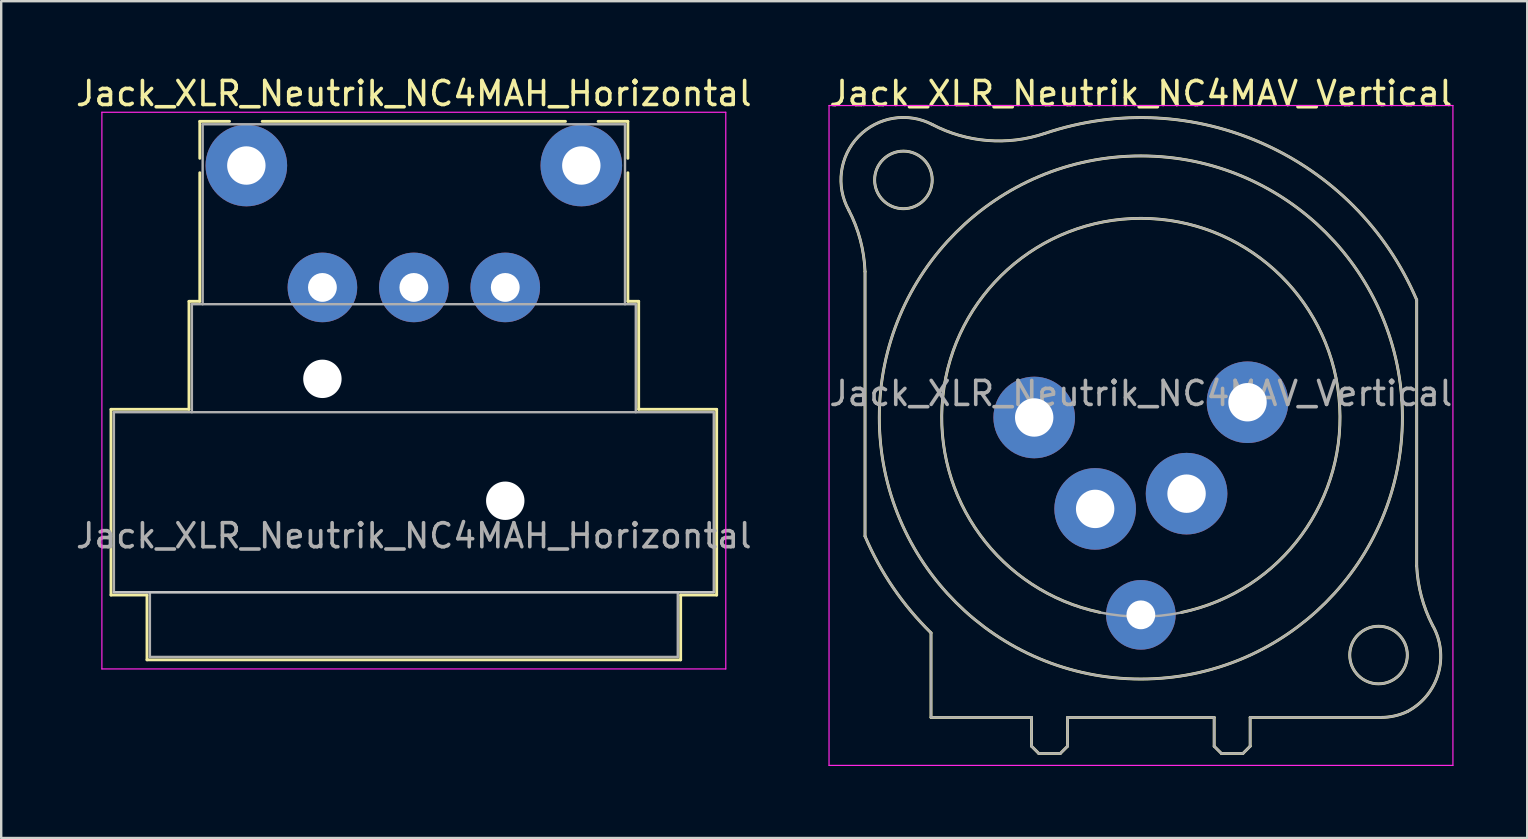
<source format=kicad_pcb>
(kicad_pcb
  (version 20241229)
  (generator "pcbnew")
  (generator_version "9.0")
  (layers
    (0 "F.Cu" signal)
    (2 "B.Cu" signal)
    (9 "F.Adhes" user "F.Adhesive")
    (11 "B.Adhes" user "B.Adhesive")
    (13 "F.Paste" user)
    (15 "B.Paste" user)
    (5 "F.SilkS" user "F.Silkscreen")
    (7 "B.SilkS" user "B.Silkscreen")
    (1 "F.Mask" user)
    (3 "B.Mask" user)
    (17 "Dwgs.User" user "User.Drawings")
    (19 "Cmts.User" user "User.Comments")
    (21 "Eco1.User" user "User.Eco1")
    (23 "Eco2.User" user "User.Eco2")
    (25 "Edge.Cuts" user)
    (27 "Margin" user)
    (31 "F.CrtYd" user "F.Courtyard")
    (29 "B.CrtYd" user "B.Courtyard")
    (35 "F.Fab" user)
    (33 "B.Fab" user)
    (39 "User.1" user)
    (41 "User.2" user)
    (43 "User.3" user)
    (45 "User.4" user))
  (footprint "Jack_XLR_Neutrik_NC4MAV_Vertical"
    (layer "F.Cu")
    (at 40.049 14.348)
    (property "Reference" "Jack_XLR_Neutrik_NC4MAV_Vertical" (at 4.445 -13.5 0) (layer "F.SilkS") (effects (font (size 1 1) (thickness 0.15))))
    (attr through_hole)
    (fp_line (start -7.05 -6.08) (end -7.05 4.95) (stroke (width 0.12) (type solid)) (layer "F.SilkS"))
    (fp_line (start -4.3 12.5) (end -4.3 8.98) (stroke (width 0.12) (type solid)) (layer "F.SilkS"))
    (fp_line (start -0.11 12.5) (end -4.3 12.5) (stroke (width 0.12) (type solid)) (layer "F.SilkS"))
    (fp_line (start -0.11 12.5) (end -0.11 13.7) (stroke (width 0.12) (type solid)) (layer "F.SilkS"))
    (fp_line (start -0.11 13.7) (end 0.19 14) (stroke (width 0.12) (type solid)) (layer "F.SilkS"))
    (fp_line (start 1.09 14) (end 0.19 14) (stroke (width 0.12) (type solid)) (layer "F.SilkS"))
    (fp_line (start 1.39 12.5) (end 1.39 13.7) (stroke (width 0.12) (type solid)) (layer "F.SilkS"))
    (fp_line (start 1.39 13.7) (end 1.09 14) (stroke (width 0.12) (type solid)) (layer "F.SilkS"))
    (fp_line (start 7.5 12.5) (end 1.39 12.5) (stroke (width 0.12) (type solid)) (layer "F.SilkS"))
    (fp_line (start 7.5 12.5) (end 7.5 13.7) (stroke (width 0.12) (type solid)) (layer "F.SilkS"))
    (fp_line (start 7.5 13.7) (end 7.8 14) (stroke (width 0.12) (type solid)) (layer "F.SilkS"))
    (fp_line (start 7.8 14) (end 8.7 14) (stroke (width 0.12) (type solid)) (layer "F.SilkS"))
    (fp_line (start 9 12.5) (end 9 13.7) (stroke (width 0.12) (type solid)) (layer "F.SilkS"))
    (fp_line (start 9 13.7) (end 8.7 14) (stroke (width 0.12) (type solid)) (layer "F.SilkS"))
    (fp_line (start 14.45 12.5) (end 9 12.5) (stroke (width 0.12) (type solid)) (layer "F.SilkS"))
    (fp_line (start 15.94 6.18) (end 15.94 -4.9) (stroke (width 0.12) (type solid)) (layer "F.SilkS"))
    (fp_arc (start -7.729201 -8.641635) (mid -7.2465 -7.39876) (end -7.05 -6.08) (stroke (width 0.12) (type solid)) (layer "F.SilkS"))
    (fp_arc (start -7.725637 -8.636048) (mid -7.316154 -11.714819) (end -4.25 -12.21) (stroke (width 0.12) (type solid)) (layer "F.SilkS"))
    (fp_arc (start -4.299846 8.975956) (mid -5.873184 7.098411) (end -7.05 4.95) (stroke (width 0.12) (type solid)) (layer "F.SilkS"))
    (fp_arc (start 0.433843 -11.835383) (mid -1.946442 -11.543029) (end -4.25 -12.21) (stroke (width 0.12) (type solid)) (layer "F.SilkS"))
    (fp_arc (start 0.441327 -11.837045) (mid 9.549963 -11.405454) (end 15.94 -4.9) (stroke (width 0.12) (type solid)) (layer "F.SilkS"))
    (fp_arc (start 2.735 8.12) (mid 4.451114 -8.2981) (end 6.143033 8.122511) (stroke (width 0.12) (type solid)) (layer "F.SilkS"))
    (fp_arc (start 15.558668 12.251777) (mid 15.018058 12.437185) (end 14.45 12.5) (stroke (width 0.12) (type solid)) (layer "F.SilkS"))
    (fp_arc (start 16.596979 8.653179) (mid 16.135244 7.451985) (end 15.94 6.18) (stroke (width 0.12) (type solid)) (layer "F.SilkS"))
    (fp_arc (start 16.598286 8.654414) (mid 16.841335 10.672303) (end 15.56 12.25) (stroke (width 0.12) (type solid)) (layer "F.SilkS"))
    (fp_circle (center -5.45 -9.9) (end -4.25 -9.9) (stroke (width 0.12) (type solid)) (fill no) (layer "F.SilkS"))
    (fp_circle (center 4.445 0) (end 15.345 0) (stroke (width 0.12) (type solid)) (fill no) (layer "F.SilkS"))
    (fp_circle (center 14.35 9.9) (end 15.55 9.9) (stroke (width 0.12) (type solid)) (fill no) (layer "F.SilkS"))
    (fp_line (start -8.55 -13) (end 17.45 -13) (stroke (width 0.05) (type solid)) (layer "F.CrtYd"))
    (fp_line (start -8.55 14.5) (end -8.55 -13) (stroke (width 0.05) (type solid)) (layer "F.CrtYd"))
    (fp_line (start 17.45 -13) (end 17.45 14.5) (stroke (width 0.05) (type solid)) (layer "F.CrtYd"))
    (fp_line (start 17.45 14.5) (end -8.55 14.5) (stroke (width 0.05) (type solid)) (layer "F.CrtYd"))
    (fp_line (start -7.05 -6.08) (end -7.05 4.95) (stroke (width 0.1) (type solid)) (layer "F.Fab"))
    (fp_line (start -4.3 12.5) (end -4.3 8.98) (stroke (width 0.1) (type solid)) (layer "F.Fab"))
    (fp_line (start -0.11 12.5) (end -4.3 12.5) (stroke (width 0.1) (type solid)) (layer "F.Fab"))
    (fp_line (start -0.11 12.5) (end -0.11 13.7) (stroke (width 0.1) (type solid)) (layer "F.Fab"))
    (fp_line (start -0.11 13.7) (end 0.19 14) (stroke (width 0.1) (type solid)) (layer "F.Fab"))
    (fp_line (start 1.09 14) (end 0.19 14) (stroke (width 0.1) (type solid)) (layer "F.Fab"))
    (fp_line (start 1.39 12.5) (end 1.39 13.7) (stroke (width 0.1) (type solid)) (layer "F.Fab"))
    (fp_line (start 1.39 13.7) (end 1.09 14) (stroke (width 0.1) (type solid)) (layer "F.Fab"))
    (fp_line (start 7.5 12.5) (end 1.39 12.5) (stroke (width 0.1) (type solid)) (layer "F.Fab"))
    (fp_line (start 7.5 12.5) (end 7.5 13.7) (stroke (width 0.1) (type solid)) (layer "F.Fab"))
    (fp_line (start 7.5 13.7) (end 7.8 14) (stroke (width 0.1) (type solid)) (layer "F.Fab"))
    (fp_line (start 7.8 14) (end 8.7 14) (stroke (width 0.1) (type solid)) (layer "F.Fab"))
    (fp_line (start 9 12.5) (end 9 13.7) (stroke (width 0.1) (type solid)) (layer "F.Fab"))
    (fp_line (start 9 13.7) (end 8.7 14) (stroke (width 0.1) (type solid)) (layer "F.Fab"))
    (fp_line (start 14.45 12.5) (end 9 12.5) (stroke (width 0.1) (type solid)) (layer "F.Fab"))
    (fp_line (start 15.94 6.18) (end 15.94 -4.9) (stroke (width 0.1) (type solid)) (layer "F.Fab"))
    (fp_arc (start -7.729201 -8.641635) (mid -7.2465 -7.39876) (end -7.05 -6.08) (stroke (width 0.1) (type solid)) (layer "F.Fab"))
    (fp_arc (start -7.725637 -8.636048) (mid -7.316154 -11.714819) (end -4.25 -12.21) (stroke (width 0.1) (type solid)) (layer "F.Fab"))
    (fp_arc (start -4.299846 8.975956) (mid -5.873184 7.098411) (end -7.05 4.95) (stroke (width 0.1) (type solid)) (layer "F.Fab"))
    (fp_arc (start 0.433843 -11.835383) (mid -1.946442 -11.543029) (end -4.25 -12.21) (stroke (width 0.1) (type solid)) (layer "F.Fab"))
    (fp_arc (start 0.441327 -11.837045) (mid 9.549963 -11.405454) (end 15.94 -4.9) (stroke (width 0.1) (type solid)) (layer "F.Fab"))
    (fp_arc (start 15.558668 12.251777) (mid 15.018058 12.437185) (end 14.45 12.5) (stroke (width 0.1) (type solid)) (layer "F.Fab"))
    (fp_arc (start 16.596979 8.653179) (mid 16.135244 7.451985) (end 15.94 6.18) (stroke (width 0.1) (type solid)) (layer "F.Fab"))
    (fp_arc (start 16.598286 8.654414) (mid 16.841335 10.672303) (end 15.56 12.25) (stroke (width 0.1) (type solid)) (layer "F.Fab"))
    (fp_circle (center -5.45 -9.9) (end -4.25 -9.9) (stroke (width 0.1) (type solid)) (fill no) (layer "F.Fab"))
    (fp_circle (center 4.445 0) (end 12.745 0) (stroke (width 0.1) (type solid)) (fill no) (layer "F.Fab"))
    (fp_circle (center 4.445 0) (end 15.345 0) (stroke (width 0.1) (type solid)) (fill no) (layer "F.Fab"))
    (fp_circle (center 14.35 9.9) (end 15.55 9.9) (stroke (width 0.1) (type solid)) (fill no) (layer "F.Fab"))
    (fp_text user "${REFERENCE}" (at 4.445 -1 0) (layer "F.Fab") (effects (font (size 1 1) (thickness 0.15))))
    (pad "1" thru_hole circle (at 0 0) (size 3.4 3.4) (drill 1.6) (layers "*.Cu" "*.Mask"))
    (pad "2" thru_hole circle (at 2.54 3.81) (size 3.4 3.4) (drill 1.6) (layers "*.Cu" "*.Mask"))
    (pad "3" thru_hole circle (at 6.35 3.175) (size 3.4 3.4) (drill 1.6) (layers "*.Cu" "*.Mask"))
    (pad "4" thru_hole circle (at 8.89 -0.635) (size 3.4 3.4) (drill 1.6) (layers "*.Cu" "*.Mask"))
    (pad "G" thru_hole circle (at 4.445 8.225) (size 2.9 2.9) (drill 1.2) (layers "*.Cu" "*.Mask")))
  (footprint "Jack_XLR_Neutrik_NC4MAH_Horizontal"
    (layer "F.Cu")
    (at 7.216 3.848)
    (property "Reference" "Jack_XLR_Neutrik_NC4MAH_Horizontal" (at 6.98 -3 0) (layer "F.SilkS") (effects (font (size 1 1) (thickness 0.15))))
    (attr through_hole)
    (fp_line (start -5.64 10.16) (end -2.39 10.16) (stroke (width 0.12) (type solid)) (layer "F.SilkS"))
    (fp_line (start -5.64 17.9) (end -5.64 10.16) (stroke (width 0.12) (type solid)) (layer "F.SilkS"))
    (fp_line (start -4.14 17.9) (end -5.64 17.9) (stroke (width 0.12) (type solid)) (layer "F.SilkS"))
    (fp_line (start -4.14 17.9) (end -4.14 20.6) (stroke (width 0.12) (type solid)) (layer "F.SilkS"))
    (fp_line (start -2.39 10.16) (end -2.39 5.66) (stroke (width 0.12) (type solid)) (layer "F.SilkS"))
    (fp_line (start -1.94 -1.84) (end -1.94 -0.3) (stroke (width 0.12) (type solid)) (layer "F.SilkS"))
    (fp_line (start -1.94 -1.84) (end -0.7 -1.84) (stroke (width 0.12) (type solid)) (layer "F.SilkS"))
    (fp_line (start -1.94 5.66) (end -2.39 5.66) (stroke (width 0.12) (type solid)) (layer "F.SilkS"))
    (fp_line (start -1.94 5.66) (end -1.94 0.3) (stroke (width 0.12) (type solid)) (layer "F.SilkS"))
    (fp_line (start 13.3 -1.84) (end 0.66 -1.84) (stroke (width 0.12) (type solid)) (layer "F.SilkS"))
    (fp_line (start 15.9 -1.84) (end 14.66 -1.84) (stroke (width 0.12) (type solid)) (layer "F.SilkS"))
    (fp_line (start 15.9 -1.84) (end 15.9 -0.3) (stroke (width 0.12) (type solid)) (layer "F.SilkS"))
    (fp_line (start 15.9 5.66) (end 15.9 0.3) (stroke (width 0.12) (type solid)) (layer "F.SilkS"))
    (fp_line (start 15.9 5.66) (end 16.35 5.66) (stroke (width 0.12) (type solid)) (layer "F.SilkS"))
    (fp_line (start 16.35 10.16) (end 16.35 5.66) (stroke (width 0.12) (type solid)) (layer "F.SilkS"))
    (fp_line (start 16.35 10.16) (end 19.6 10.16) (stroke (width 0.12) (type solid)) (layer "F.SilkS"))
    (fp_line (start 18.1 17.9) (end 18.1 20.6) (stroke (width 0.12) (type solid)) (layer "F.SilkS"))
    (fp_line (start 18.1 20.6) (end -4.14 20.6) (stroke (width 0.12) (type solid)) (layer "F.SilkS"))
    (fp_line (start 19.6 17.9) (end 18.1 17.9) (stroke (width 0.12) (type solid)) (layer "F.SilkS"))
    (fp_line (start 19.6 17.9) (end 19.6 10.16) (stroke (width 0.12) (type solid)) (layer "F.SilkS"))
    (fp_line (start 19.48 17.78) (end -5.52 17.78) (stroke (width 0.1) (type solid)) (layer "Dwgs.User"))
    (fp_line (start -6.02 20.98) (end -6.02 -2.22) (stroke (width 0.05) (type solid)) (layer "F.CrtYd"))
    (fp_line (start 19.98 -2.22) (end -6.02 -2.22) (stroke (width 0.05) (type solid)) (layer "F.CrtYd"))
    (fp_line (start 19.98 20.98) (end -6.02 20.98) (stroke (width 0.05) (type solid)) (layer "F.CrtYd"))
    (fp_line (start 19.98 20.98) (end 19.98 -2.22) (stroke (width 0.05) (type solid)) (layer "F.CrtYd"))
    (fp_line (start -5.52 10.28) (end 19.48 10.28) (stroke (width 0.1) (type solid)) (layer "F.Fab"))
    (fp_line (start -5.52 17.78) (end -5.52 10.28) (stroke (width 0.1) (type solid)) (layer "F.Fab"))
    (fp_line (start -4.02 20.48) (end -4.02 17.78) (stroke (width 0.1) (type solid)) (layer "F.Fab"))
    (fp_line (start -2.27 5.78) (end -2.27 10.28) (stroke (width 0.1) (type solid)) (layer "F.Fab"))
    (fp_line (start -2.27 5.78) (end 16.23 5.78) (stroke (width 0.1) (type solid)) (layer "F.Fab"))
    (fp_line (start -1.82 5.78) (end -1.82 -1.72) (stroke (width 0.1) (type solid)) (layer "F.Fab"))
    (fp_line (start 15.78 -1.72) (end -1.82 -1.72) (stroke (width 0.1) (type solid)) (layer "F.Fab"))
    (fp_line (start 15.78 5.78) (end 15.78 -1.72) (stroke (width 0.1) (type solid)) (layer "F.Fab"))
    (fp_line (start 16.23 10.28) (end 16.23 5.78) (stroke (width 0.1) (type solid)) (layer "F.Fab"))
    (fp_line (start 17.98 17.78) (end 17.98 20.48) (stroke (width 0.1) (type solid)) (layer "F.Fab"))
    (fp_line (start 17.98 20.48) (end -4.02 20.48) (stroke (width 0.1) (type solid)) (layer "F.Fab"))
    (fp_line (start 19.48 10.28) (end 19.48 17.78) (stroke (width 0.1) (type solid)) (layer "F.Fab"))
    (fp_line (start 19.48 17.78) (end -5.52 17.78) (stroke (width 0.1) (type solid)) (layer "F.Fab"))
    (fp_text user "${REFERENCE}" (at 6.98 15.43 0) (layer "F.Fab") (effects (font (size 1 1) (thickness 0.15))))
    (pad "" np_thru_hole circle (at 3.17 8.89) (size 1.6 1.6) (drill 1.6) (layers "*.Cu" "*.Mask"))
    (pad "" np_thru_hole circle (at 10.79 13.97) (size 1.6 1.6) (drill 1.6) (layers "*.Cu" "*.Mask"))
    (pad "1" thru_hole circle (at 0 0) (size 3.4 3.4) (drill 1.6) (layers "*.Cu" "*.Mask"))
    (pad "2" thru_hole circle (at 3.17 5.08) (size 2.9 2.9) (drill 1.2) (layers "*.Cu" "*.Mask"))
    (pad "3" thru_hole circle (at 10.79 5.08) (size 2.9 2.9) (drill 1.2) (layers "*.Cu" "*.Mask"))
    (pad "4" thru_hole circle (at 13.96 0) (size 3.4 3.4) (drill 1.6) (layers "*.Cu" "*.Mask"))
    (pad "G" thru_hole circle (at 6.98 5.08) (size 2.9 2.9) (drill 1.2) (layers "*.Cu" "*.Mask")))
  (gr_rect
    (start -3 -3)
    (end 60.595 31.873)
    (stroke (width 0.1) (type default))
    (fill no)
    (layer "Edge.Cuts")))
</source>
